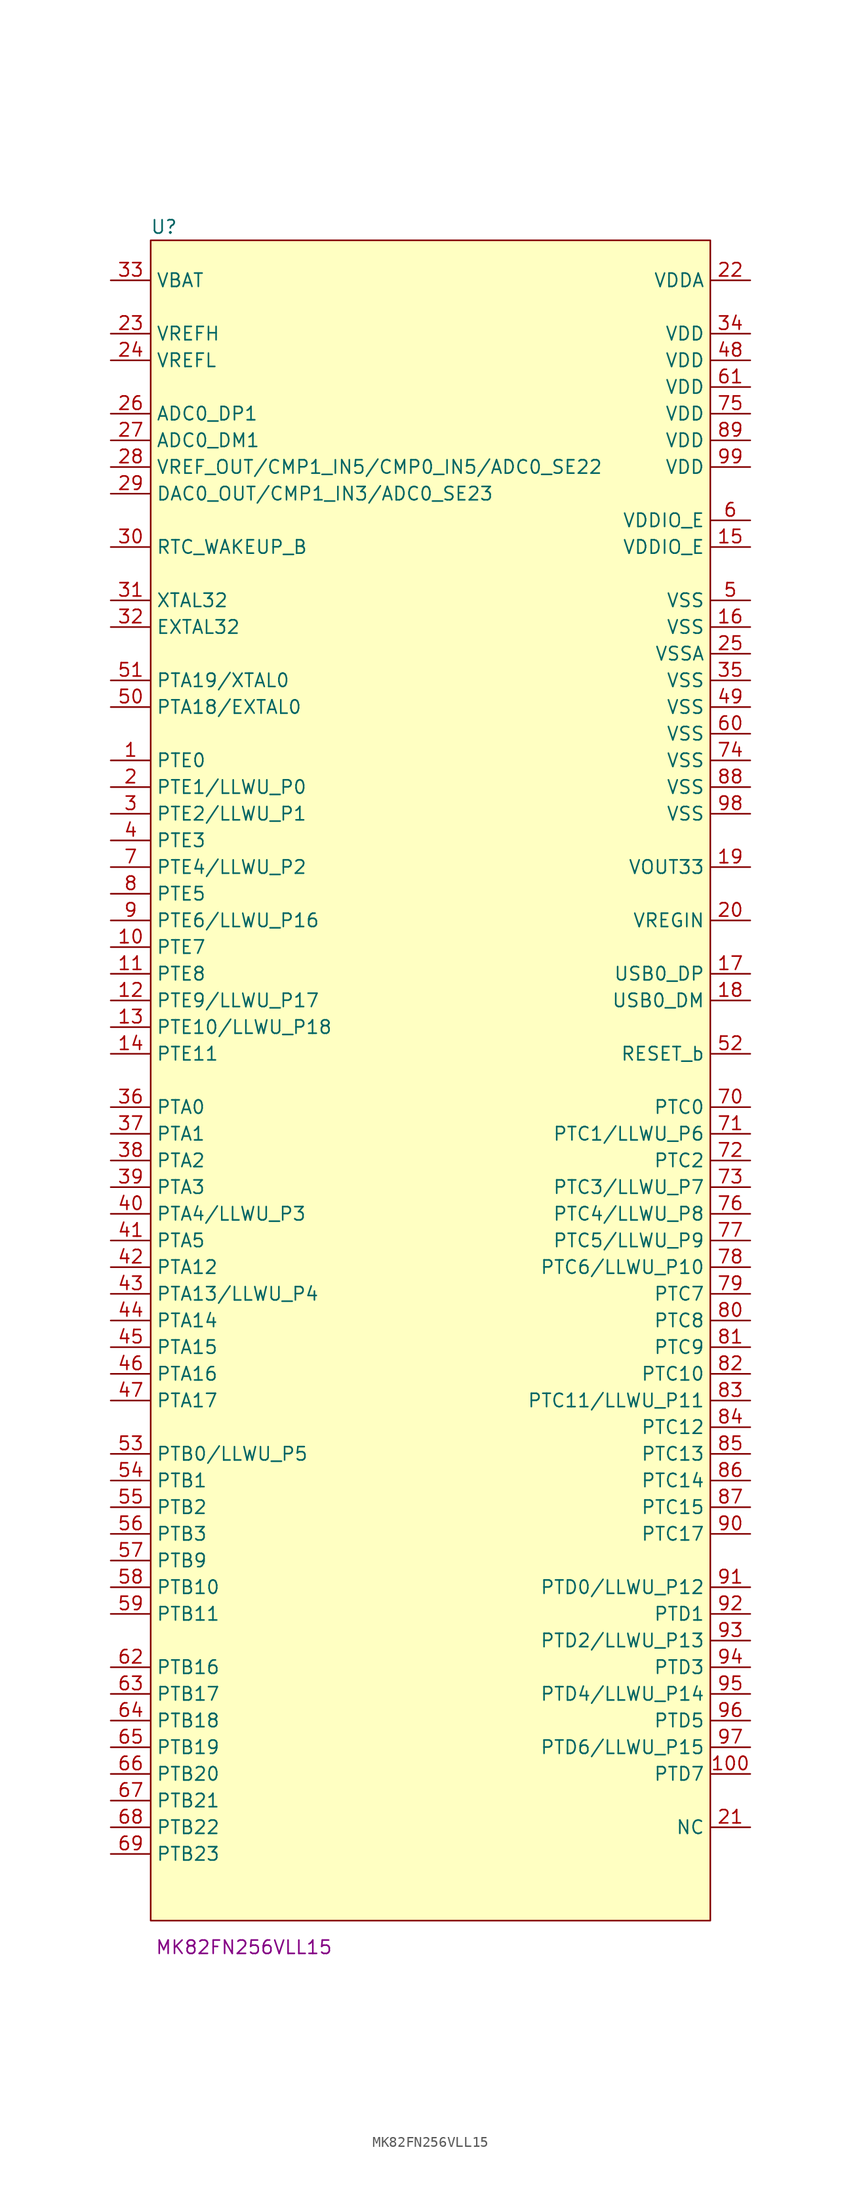
<source format=kicad_sym>
(kicad_symbol_lib
  (version 20231120)
  (generator "kicad_symbol_editor")
  (generator_version "8.0")
  (symbol "MK82FN256VLL15"
    (property "Reference" "U"
      (at -25.4 5.08 0)
      (effects (font (size 1.27 1.27))))
    (property "Display Value" "MK82FN256VLL15"
      (at -17.78 -158.75 0)
      (effects (font (size 1.27 1.27))))
    (symbol "MK82FN256VLL15_1_1"
      (rectangle (start -26.67 3.81) (end 26.67 -156.21) (stroke (width 0) (type default)) (fill (type background)))
      (pin unspecified line (at -30.48 -45.72 0) (length 3.81) (name "PTE0" (effects (font (size 1.27 1.27)))) (number "1" (effects (font (size 1.27 1.27)))))
      (pin unspecified line (at -30.48 -63.5 0) (length 3.81) (name "PTE7" (effects (font (size 1.27 1.27)))) (number "10" (effects (font (size 1.27 1.27)))))
      (pin unspecified line (at 30.48 -142.24 180) (length 3.81) (name "PTD7" (effects (font (size 1.27 1.27)))) (number "100" (effects (font (size 1.27 1.27)))))
      (pin unspecified line (at -30.48 -66.04 0) (length 3.81) (name "PTE8" (effects (font (size 1.27 1.27)))) (number "11" (effects (font (size 1.27 1.27)))))
      (pin unspecified line (at -30.48 -68.58 0) (length 3.81) (name "PTE9/LLWU_P17" (effects (font (size 1.27 1.27)))) (number "12" (effects (font (size 1.27 1.27)))))
      (pin unspecified line (at -30.48 -71.12 0) (length 3.81) (name "PTE10/LLWU_P18" (effects (font (size 1.27 1.27)))) (number "13" (effects (font (size 1.27 1.27)))))
      (pin unspecified line (at -30.48 -73.66 0) (length 3.81) (name "PTE11" (effects (font (size 1.27 1.27)))) (number "14" (effects (font (size 1.27 1.27)))))
      (pin unspecified line (at 30.48 -25.4 180) (length 3.81) (name "VDDIO_E" (effects (font (size 1.27 1.27)))) (number "15" (effects (font (size 1.27 1.27)))))
      (pin unspecified line (at 30.48 -33.02 180) (length 3.81) (name "VSS" (effects (font (size 1.27 1.27)))) (number "16" (effects (font (size 1.27 1.27)))))
      (pin unspecified line (at 30.48 -66.04 180) (length 3.81) (name "USB0_DP" (effects (font (size 1.27 1.27)))) (number "17" (effects (font (size 1.27 1.27)))))
      (pin unspecified line (at 30.48 -68.58 180) (length 3.81) (name "USB0_DM" (effects (font (size 1.27 1.27)))) (number "18" (effects (font (size 1.27 1.27)))))
      (pin unspecified line (at 30.48 -55.88 180) (length 3.81) (name "VOUT33" (effects (font (size 1.27 1.27)))) (number "19" (effects (font (size 1.27 1.27)))))
      (pin unspecified line (at -30.48 -48.26 0) (length 3.81) (name "PTE1/LLWU_P0" (effects (font (size 1.27 1.27)))) (number "2" (effects (font (size 1.27 1.27)))))
      (pin unspecified line (at 30.48 -60.96 180) (length 3.81) (name "VREGIN" (effects (font (size 1.27 1.27)))) (number "20" (effects (font (size 1.27 1.27)))))
      (pin unspecified line (at 30.48 -147.32 180) (length 3.81) (name "NC" (effects (font (size 1.27 1.27)))) (number "21" (effects (font (size 1.27 1.27)))))
      (pin unspecified line (at 30.48 0 180) (length 3.81) (name "VDDA" (effects (font (size 1.27 1.27)))) (number "22" (effects (font (size 1.27 1.27)))))
      (pin unspecified line (at -30.48 -5.08 0) (length 3.81) (name "VREFH" (effects (font (size 1.27 1.27)))) (number "23" (effects (font (size 1.27 1.27)))))
      (pin unspecified line (at -30.48 -7.62 0) (length 3.81) (name "VREFL" (effects (font (size 1.27 1.27)))) (number "24" (effects (font (size 1.27 1.27)))))
      (pin unspecified line (at 30.48 -35.56 180) (length 3.81) (name "VSSA" (effects (font (size 1.27 1.27)))) (number "25" (effects (font (size 1.27 1.27)))))
      (pin unspecified line (at -30.48 -12.7 0) (length 3.81) (name "ADC0_DP1" (effects (font (size 1.27 1.27)))) (number "26" (effects (font (size 1.27 1.27)))))
      (pin unspecified line (at -30.48 -15.24 0) (length 3.81) (name "ADC0_DM1" (effects (font (size 1.27 1.27)))) (number "27" (effects (font (size 1.27 1.27)))))
      (pin unspecified line (at -30.48 -17.78 0) (length 3.81) (name "VREF_OUT/CMP1_IN5/CMP0_IN5/ADC0_SE22" (effects (font (size 1.27 1.27)))) (number "28" (effects (font (size 1.27 1.27)))))
      (pin unspecified line (at -30.48 -20.32 0) (length 3.81) (name "DAC0_OUT/CMP1_IN3/ADC0_SE23" (effects (font (size 1.27 1.27)))) (number "29" (effects (font (size 1.27 1.27)))))
      (pin unspecified line (at -30.48 -50.8 0) (length 3.81) (name "PTE2/LLWU_P1" (effects (font (size 1.27 1.27)))) (number "3" (effects (font (size 1.27 1.27)))))
      (pin unspecified line (at -30.48 -25.4 0) (length 3.81) (name "RTC_WAKEUP_B" (effects (font (size 1.27 1.27)))) (number "30" (effects (font (size 1.27 1.27)))))
      (pin unspecified line (at -30.48 -30.48 0) (length 3.81) (name "XTAL32" (effects (font (size 1.27 1.27)))) (number "31" (effects (font (size 1.27 1.27)))))
      (pin unspecified line (at -30.48 -33.02 0) (length 3.81) (name "EXTAL32" (effects (font (size 1.27 1.27)))) (number "32" (effects (font (size 1.27 1.27)))))
      (pin unspecified line (at -30.48 0 0) (length 3.81) (name "VBAT" (effects (font (size 1.27 1.27)))) (number "33" (effects (font (size 1.27 1.27)))))
      (pin unspecified line (at 30.48 -5.08 180) (length 3.81) (name "VDD" (effects (font (size 1.27 1.27)))) (number "34" (effects (font (size 1.27 1.27)))))
      (pin unspecified line (at 30.48 -38.1 180) (length 3.81) (name "VSS" (effects (font (size 1.27 1.27)))) (number "35" (effects (font (size 1.27 1.27)))))
      (pin unspecified line (at -30.48 -78.74 0) (length 3.81) (name "PTA0" (effects (font (size 1.27 1.27)))) (number "36" (effects (font (size 1.27 1.27)))))
      (pin unspecified line (at -30.48 -81.28 0) (length 3.81) (name "PTA1" (effects (font (size 1.27 1.27)))) (number "37" (effects (font (size 1.27 1.27)))))
      (pin unspecified line (at -30.48 -83.82 0) (length 3.81) (name "PTA2" (effects (font (size 1.27 1.27)))) (number "38" (effects (font (size 1.27 1.27)))))
      (pin unspecified line (at -30.48 -86.36 0) (length 3.81) (name "PTA3" (effects (font (size 1.27 1.27)))) (number "39" (effects (font (size 1.27 1.27)))))
      (pin unspecified line (at -30.48 -53.34 0) (length 3.81) (name "PTE3" (effects (font (size 1.27 1.27)))) (number "4" (effects (font (size 1.27 1.27)))))
      (pin unspecified line (at -30.48 -88.9 0) (length 3.81) (name "PTA4/LLWU_P3" (effects (font (size 1.27 1.27)))) (number "40" (effects (font (size 1.27 1.27)))))
      (pin unspecified line (at -30.48 -91.44 0) (length 3.81) (name "PTA5" (effects (font (size 1.27 1.27)))) (number "41" (effects (font (size 1.27 1.27)))))
      (pin unspecified line (at -30.48 -93.98 0) (length 3.81) (name "PTA12" (effects (font (size 1.27 1.27)))) (number "42" (effects (font (size 1.27 1.27)))))
      (pin unspecified line (at -30.48 -96.52 0) (length 3.81) (name "PTA13/LLWU_P4" (effects (font (size 1.27 1.27)))) (number "43" (effects (font (size 1.27 1.27)))))
      (pin unspecified line (at -30.48 -99.06 0) (length 3.81) (name "PTA14" (effects (font (size 1.27 1.27)))) (number "44" (effects (font (size 1.27 1.27)))))
      (pin unspecified line (at -30.48 -101.6 0) (length 3.81) (name "PTA15" (effects (font (size 1.27 1.27)))) (number "45" (effects (font (size 1.27 1.27)))))
      (pin unspecified line (at -30.48 -104.14 0) (length 3.81) (name "PTA16" (effects (font (size 1.27 1.27)))) (number "46" (effects (font (size 1.27 1.27)))))
      (pin unspecified line (at -30.48 -106.68 0) (length 3.81) (name "PTA17" (effects (font (size 1.27 1.27)))) (number "47" (effects (font (size 1.27 1.27)))))
      (pin unspecified line (at 30.48 -7.62 180) (length 3.81) (name "VDD" (effects (font (size 1.27 1.27)))) (number "48" (effects (font (size 1.27 1.27)))))
      (pin unspecified line (at 30.48 -40.64 180) (length 3.81) (name "VSS" (effects (font (size 1.27 1.27)))) (number "49" (effects (font (size 1.27 1.27)))))
      (pin unspecified line (at 30.48 -30.48 180) (length 3.81) (name "VSS" (effects (font (size 1.27 1.27)))) (number "5" (effects (font (size 1.27 1.27)))))
      (pin unspecified line (at -30.48 -40.64 0) (length 3.81) (name "PTA18/EXTAL0" (effects (font (size 1.27 1.27)))) (number "50" (effects (font (size 1.27 1.27)))))
      (pin unspecified line (at -30.48 -38.1 0) (length 3.81) (name "PTA19/XTAL0" (effects (font (size 1.27 1.27)))) (number "51" (effects (font (size 1.27 1.27)))))
      (pin unspecified line (at 30.48 -73.66 180) (length 3.81) (name "RESET_b" (effects (font (size 1.27 1.27)))) (number "52" (effects (font (size 1.27 1.27)))))
      (pin unspecified line (at -30.48 -111.76 0) (length 3.81) (name "PTB0/LLWU_P5" (effects (font (size 1.27 1.27)))) (number "53" (effects (font (size 1.27 1.27)))))
      (pin unspecified line (at -30.48 -114.3 0) (length 3.81) (name "PTB1" (effects (font (size 1.27 1.27)))) (number "54" (effects (font (size 1.27 1.27)))))
      (pin unspecified line (at -30.48 -116.84 0) (length 3.81) (name "PTB2" (effects (font (size 1.27 1.27)))) (number "55" (effects (font (size 1.27 1.27)))))
      (pin unspecified line (at -30.48 -119.38 0) (length 3.81) (name "PTB3" (effects (font (size 1.27 1.27)))) (number "56" (effects (font (size 1.27 1.27)))))
      (pin unspecified line (at -30.48 -121.92 0) (length 3.81) (name "PTB9" (effects (font (size 1.27 1.27)))) (number "57" (effects (font (size 1.27 1.27)))))
      (pin unspecified line (at -30.48 -124.46 0) (length 3.81) (name "PTB10" (effects (font (size 1.27 1.27)))) (number "58" (effects (font (size 1.27 1.27)))))
      (pin unspecified line (at -30.48 -127 0) (length 3.81) (name "PTB11" (effects (font (size 1.27 1.27)))) (number "59" (effects (font (size 1.27 1.27)))))
      (pin unspecified line (at 30.48 -22.86 180) (length 3.81) (name "VDDIO_E" (effects (font (size 1.27 1.27)))) (number "6" (effects (font (size 1.27 1.27)))))
      (pin unspecified line (at 30.48 -43.18 180) (length 3.81) (name "VSS" (effects (font (size 1.27 1.27)))) (number "60" (effects (font (size 1.27 1.27)))))
      (pin unspecified line (at 30.48 -10.16 180) (length 3.81) (name "VDD" (effects (font (size 1.27 1.27)))) (number "61" (effects (font (size 1.27 1.27)))))
      (pin unspecified line (at -30.48 -132.08 0) (length 3.81) (name "PTB16" (effects (font (size 1.27 1.27)))) (number "62" (effects (font (size 1.27 1.27)))))
      (pin unspecified line (at -30.48 -134.62 0) (length 3.81) (name "PTB17" (effects (font (size 1.27 1.27)))) (number "63" (effects (font (size 1.27 1.27)))))
      (pin unspecified line (at -30.48 -137.16 0) (length 3.81) (name "PTB18" (effects (font (size 1.27 1.27)))) (number "64" (effects (font (size 1.27 1.27)))))
      (pin unspecified line (at -30.48 -139.7 0) (length 3.81) (name "PTB19" (effects (font (size 1.27 1.27)))) (number "65" (effects (font (size 1.27 1.27)))))
      (pin unspecified line (at -30.48 -142.24 0) (length 3.81) (name "PTB20" (effects (font (size 1.27 1.27)))) (number "66" (effects (font (size 1.27 1.27)))))
      (pin unspecified line (at -30.48 -144.78 0) (length 3.81) (name "PTB21" (effects (font (size 1.27 1.27)))) (number "67" (effects (font (size 1.27 1.27)))))
      (pin unspecified line (at -30.48 -147.32 0) (length 3.81) (name "PTB22" (effects (font (size 1.27 1.27)))) (number "68" (effects (font (size 1.27 1.27)))))
      (pin unspecified line (at -30.48 -149.86 0) (length 3.81) (name "PTB23" (effects (font (size 1.27 1.27)))) (number "69" (effects (font (size 1.27 1.27)))))
      (pin unspecified line (at -30.48 -55.88 0) (length 3.81) (name "PTE4/LLWU_P2" (effects (font (size 1.27 1.27)))) (number "7" (effects (font (size 1.27 1.27)))))
      (pin unspecified line (at 30.48 -78.74 180) (length 3.81) (name "PTC0" (effects (font (size 1.27 1.27)))) (number "70" (effects (font (size 1.27 1.27)))))
      (pin unspecified line (at 30.48 -81.28 180) (length 3.81) (name "PTC1/LLWU_P6" (effects (font (size 1.27 1.27)))) (number "71" (effects (font (size 1.27 1.27)))))
      (pin unspecified line (at 30.48 -83.82 180) (length 3.81) (name "PTC2" (effects (font (size 1.27 1.27)))) (number "72" (effects (font (size 1.27 1.27)))))
      (pin unspecified line (at 30.48 -86.36 180) (length 3.81) (name "PTC3/LLWU_P7" (effects (font (size 1.27 1.27)))) (number "73" (effects (font (size 1.27 1.27)))))
      (pin unspecified line (at 30.48 -45.72 180) (length 3.81) (name "VSS" (effects (font (size 1.27 1.27)))) (number "74" (effects (font (size 1.27 1.27)))))
      (pin unspecified line (at 30.48 -12.7 180) (length 3.81) (name "VDD" (effects (font (size 1.27 1.27)))) (number "75" (effects (font (size 1.27 1.27)))))
      (pin unspecified line (at 30.48 -88.9 180) (length 3.81) (name "PTC4/LLWU_P8" (effects (font (size 1.27 1.27)))) (number "76" (effects (font (size 1.27 1.27)))))
      (pin unspecified line (at 30.48 -91.44 180) (length 3.81) (name "PTC5/LLWU_P9" (effects (font (size 1.27 1.27)))) (number "77" (effects (font (size 1.27 1.27)))))
      (pin unspecified line (at 30.48 -93.98 180) (length 3.81) (name "PTC6/LLWU_P10" (effects (font (size 1.27 1.27)))) (number "78" (effects (font (size 1.27 1.27)))))
      (pin unspecified line (at 30.48 -96.52 180) (length 3.81) (name "PTC7" (effects (font (size 1.27 1.27)))) (number "79" (effects (font (size 1.27 1.27)))))
      (pin unspecified line (at -30.48 -58.42 0) (length 3.81) (name "PTE5" (effects (font (size 1.27 1.27)))) (number "8" (effects (font (size 1.27 1.27)))))
      (pin unspecified line (at 30.48 -99.06 180) (length 3.81) (name "PTC8" (effects (font (size 1.27 1.27)))) (number "80" (effects (font (size 1.27 1.27)))))
      (pin unspecified line (at 30.48 -101.6 180) (length 3.81) (name "PTC9" (effects (font (size 1.27 1.27)))) (number "81" (effects (font (size 1.27 1.27)))))
      (pin unspecified line (at 30.48 -104.14 180) (length 3.81) (name "PTC10" (effects (font (size 1.27 1.27)))) (number "82" (effects (font (size 1.27 1.27)))))
      (pin unspecified line (at 30.48 -106.68 180) (length 3.81) (name "PTC11/LLWU_P11" (effects (font (size 1.27 1.27)))) (number "83" (effects (font (size 1.27 1.27)))))
      (pin unspecified line (at 30.48 -109.22 180) (length 3.81) (name "PTC12" (effects (font (size 1.27 1.27)))) (number "84" (effects (font (size 1.27 1.27)))))
      (pin unspecified line (at 30.48 -111.76 180) (length 3.81) (name "PTC13" (effects (font (size 1.27 1.27)))) (number "85" (effects (font (size 1.27 1.27)))))
      (pin unspecified line (at 30.48 -114.3 180) (length 3.81) (name "PTC14" (effects (font (size 1.27 1.27)))) (number "86" (effects (font (size 1.27 1.27)))))
      (pin unspecified line (at 30.48 -116.84 180) (length 3.81) (name "PTC15" (effects (font (size 1.27 1.27)))) (number "87" (effects (font (size 1.27 1.27)))))
      (pin unspecified line (at 30.48 -48.26 180) (length 3.81) (name "VSS" (effects (font (size 1.27 1.27)))) (number "88" (effects (font (size 1.27 1.27)))))
      (pin unspecified line (at 30.48 -15.24 180) (length 3.81) (name "VDD" (effects (font (size 1.27 1.27)))) (number "89" (effects (font (size 1.27 1.27)))))
      (pin unspecified line (at -30.48 -60.96 0) (length 3.81) (name "PTE6/LLWU_P16" (effects (font (size 1.27 1.27)))) (number "9" (effects (font (size 1.27 1.27)))))
      (pin unspecified line (at 30.48 -119.38 180) (length 3.81) (name "PTC17" (effects (font (size 1.27 1.27)))) (number "90" (effects (font (size 1.27 1.27)))))
      (pin unspecified line (at 30.48 -124.46 180) (length 3.81) (name "PTD0/LLWU_P12" (effects (font (size 1.27 1.27)))) (number "91" (effects (font (size 1.27 1.27)))))
      (pin unspecified line (at 30.48 -127 180) (length 3.81) (name "PTD1" (effects (font (size 1.27 1.27)))) (number "92" (effects (font (size 1.27 1.27)))))
      (pin unspecified line (at 30.48 -129.54 180) (length 3.81) (name "PTD2/LLWU_P13" (effects (font (size 1.27 1.27)))) (number "93" (effects (font (size 1.27 1.27)))))
      (pin unspecified line (at 30.48 -132.08 180) (length 3.81) (name "PTD3" (effects (font (size 1.27 1.27)))) (number "94" (effects (font (size 1.27 1.27)))))
      (pin unspecified line (at 30.48 -134.62 180) (length 3.81) (name "PTD4/LLWU_P14" (effects (font (size 1.27 1.27)))) (number "95" (effects (font (size 1.27 1.27)))))
      (pin unspecified line (at 30.48 -137.16 180) (length 3.81) (name "PTD5" (effects (font (size 1.27 1.27)))) (number "96" (effects (font (size 1.27 1.27)))))
      (pin unspecified line (at 30.48 -139.7 180) (length 3.81) (name "PTD6/LLWU_P15" (effects (font (size 1.27 1.27)))) (number "97" (effects (font (size 1.27 1.27)))))
      (pin unspecified line (at 30.48 -50.8 180) (length 3.81) (name "VSS" (effects (font (size 1.27 1.27)))) (number "98" (effects (font (size 1.27 1.27)))))
      (pin unspecified line (at 30.48 -17.78 180) (length 3.81) (name "VDD" (effects (font (size 1.27 1.27)))) (number "99" (effects (font (size 1.27 1.27))))))))
</source>
